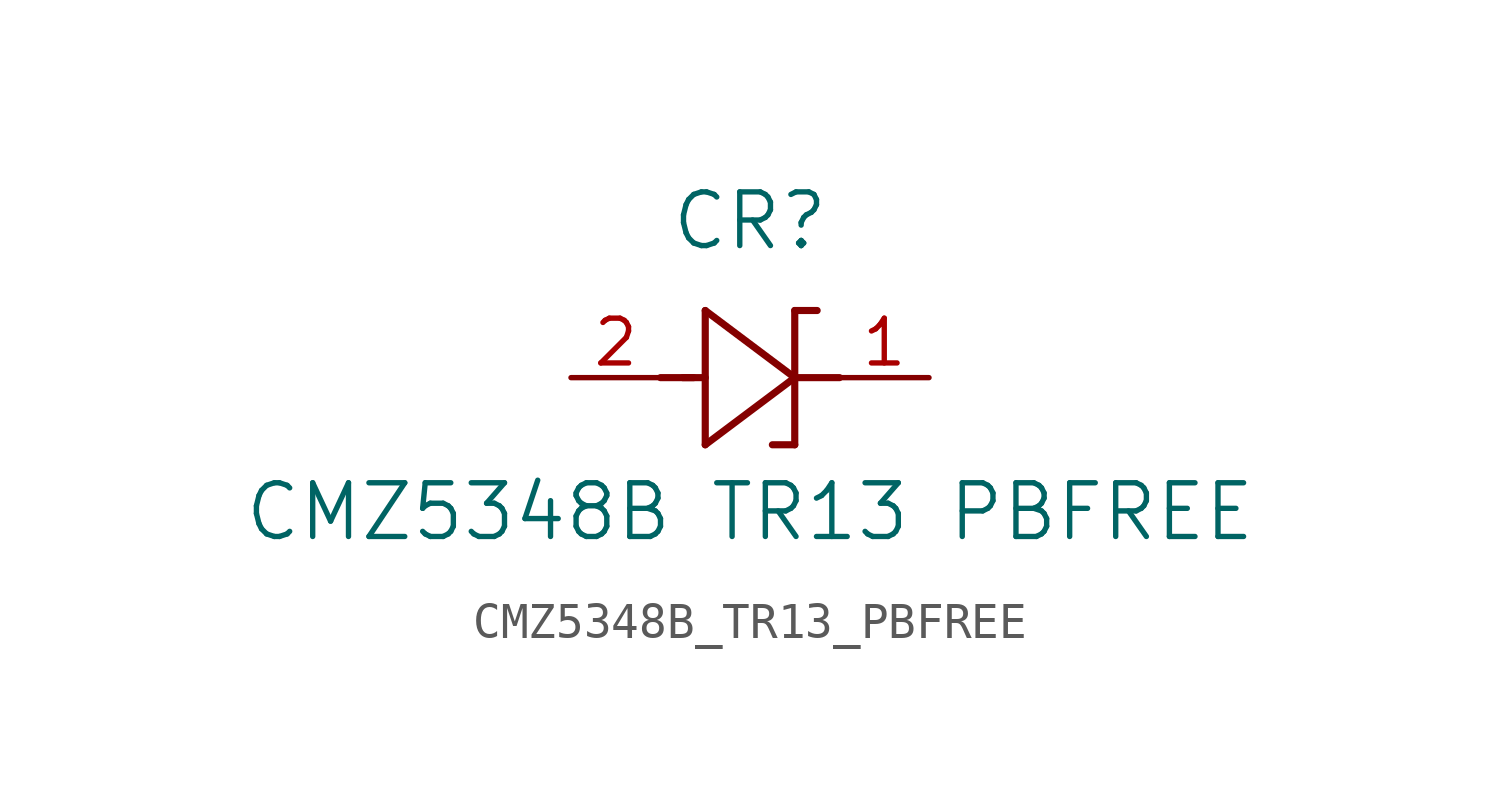
<source format=kicad_sym>
(kicad_symbol_lib
  (version 20211014)
  (generator kicad_symbol_editor)
  (symbol "CMZ5348B_TR13_PBFREE"
    (pin_names
      (offset 0.254))
    (property "Reference" "CR"
      (at 5.08 4.445 0)
      (effects (font (size 1.524 1.524))))
    (property "Value" "CMZ5348B TR13 PBFREE"
      (at 5.08 -3.81 0)
      (effects (font (size 1.524 1.524))))
    (symbol "CMZ5348B_TR13_PBFREE_0_1"
      (polyline (pts (xy 2.54 0) (xy 3.48 0)) (stroke (width 0.203) (type default) (color 0 0 0 0)) (fill (type none)))
      (polyline (pts (xy 3.175 0) (xy 3.81 0)) (stroke (width 0.203) (type default) (color 0 0 0 0)) (fill (type none)))
      (polyline (pts (xy 3.81 -1.905) (xy 6.35 0)) (stroke (width 0.203) (type default) (color 0 0 0 0)) (fill (type none)))
      (polyline (pts (xy 6.35 -1.905) (xy 5.715 -1.905)) (stroke (width 0.203) (type default) (color 0 0 0 0)) (fill (type none)))
      (polyline (pts (xy 6.35 1.905) (xy 6.985 1.905)) (stroke (width 0.203) (type default) (color 0 0 0 0)) (fill (type none)))
      (polyline (pts (xy 3.81 1.905) (xy 3.81 -1.905)) (stroke (width 0.203) (type default) (color 0 0 0 0)) (fill (type none)))
      (polyline (pts (xy 6.35 -1.905) (xy 6.35 1.905)) (stroke (width 0.203) (type default) (color 0 0 0 0)) (fill (type none)))
      (polyline (pts (xy 6.35 0) (xy 3.81 1.905)) (stroke (width 0.203) (type default) (color 0 0 0 0)) (fill (type none)))
      (polyline (pts (xy 6.35 0) (xy 7.62 0)) (stroke (width 0.203) (type default) (color 0 0 0 0)) (fill (type none)))
      (pin unspecified line (at 0 0 0) (length 2.54) (name "" (effects (font (size 1.27 1.27)))) (number "2" (effects (font (size 1.27 1.27)))))
      (pin unspecified line (at 10.16 0 180) (length 2.54) (name "" (effects (font (size 1.27 1.27)))) (number "1" (effects (font (size 1.27 1.27))))))))
</source>
